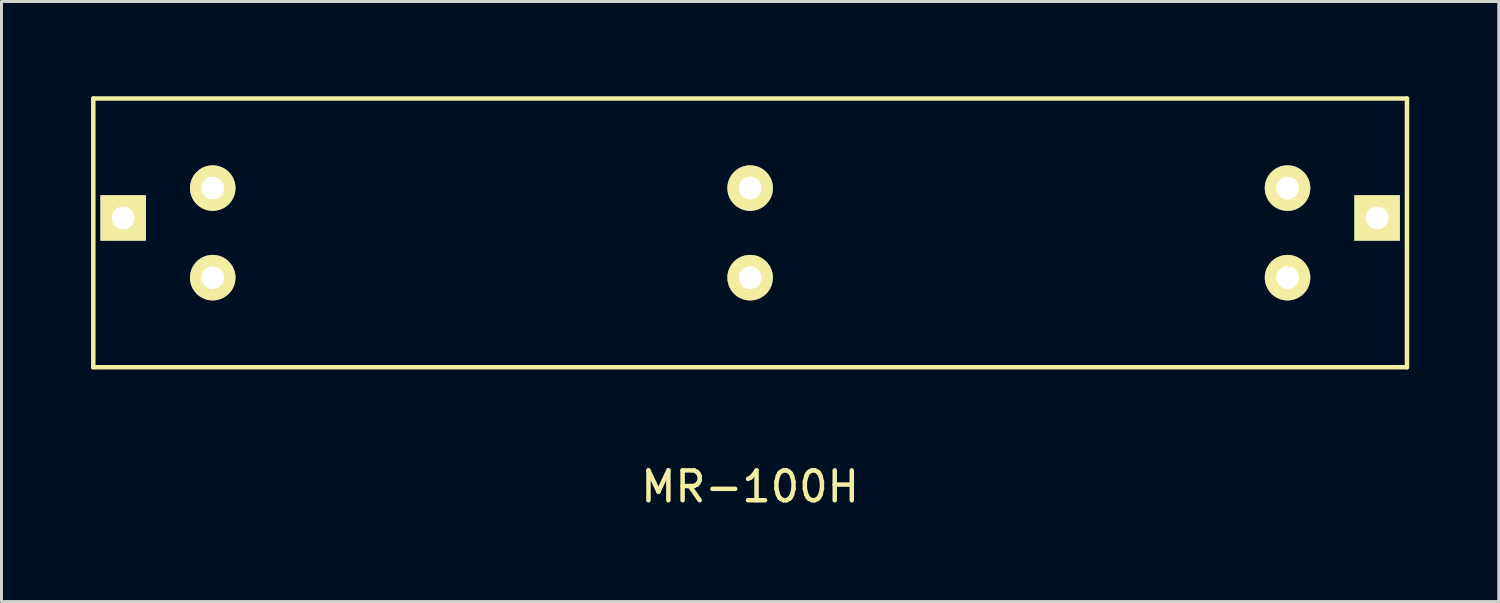
<source format=kicad_pcb>
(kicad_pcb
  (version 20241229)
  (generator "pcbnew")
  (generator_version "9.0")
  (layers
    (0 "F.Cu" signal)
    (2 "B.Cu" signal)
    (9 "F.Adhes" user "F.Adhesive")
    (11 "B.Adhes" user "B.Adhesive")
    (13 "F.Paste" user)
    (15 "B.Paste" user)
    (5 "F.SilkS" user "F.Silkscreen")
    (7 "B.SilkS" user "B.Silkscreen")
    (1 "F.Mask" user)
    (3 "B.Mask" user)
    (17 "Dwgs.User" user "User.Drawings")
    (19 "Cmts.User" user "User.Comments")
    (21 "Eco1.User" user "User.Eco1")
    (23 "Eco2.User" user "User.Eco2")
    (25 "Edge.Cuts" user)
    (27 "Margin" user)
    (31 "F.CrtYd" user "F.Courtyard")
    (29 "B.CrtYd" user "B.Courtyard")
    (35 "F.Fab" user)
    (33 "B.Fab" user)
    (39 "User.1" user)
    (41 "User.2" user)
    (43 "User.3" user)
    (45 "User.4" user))
  (footprint "MR-100H"
    (layer "F.Cu")
    (at 22.075 0.25)
    (property "Reference" "MR-100H" (at 0 13 0) (layer "F.SilkS") (effects (font (size 1 1) (thickness 0.15))))
    (attr through_hole)
    (fp_line (start -22 0) (end -22 9) (stroke (width 0.15) (type solid)) (layer "F.SilkS"))
    (fp_line (start -22 9) (end 22 9) (stroke (width 0.15) (type solid)) (layer "F.SilkS"))
    (fp_line (start 22 0) (end -22 0) (stroke (width 0.15) (type solid)) (layer "F.SilkS"))
    (fp_line (start 22 9) (end 22 0) (stroke (width 0.15) (type solid)) (layer "F.SilkS"))
    (pad "" np_thru_hole rect (at -21 4) (size 1.524 1.524) (drill 0.762) (layers "*.Cu" "*.Mask" "F.SilkS"))
    (pad "" np_thru_hole rect (at 21 4) (size 1.524 1.524) (drill 0.762) (layers "*.Cu" "*.Mask" "F.SilkS"))
    (pad "1" thru_hole circle (at 18 3) (size 1.524 1.524) (drill 0.762) (layers "*.Cu" "*.Mask" "F.SilkS"))
    (pad "2" thru_hole circle (at 18 6) (size 1.524 1.524) (drill 0.762) (layers "*.Cu" "*.Mask" "F.SilkS"))
    (pad "3" thru_hole circle (at 0 3) (size 1.524 1.524) (drill 0.762) (layers "*.Cu" "*.Mask" "F.SilkS"))
    (pad "4" thru_hole circle (at 0 6) (size 1.524 1.524) (drill 0.762) (layers "*.Cu" "*.Mask" "F.SilkS"))
    (pad "5" thru_hole circle (at -18 3) (size 1.524 1.524) (drill 0.762) (layers "*.Cu" "*.Mask" "F.SilkS"))
    (pad "6" thru_hole circle (at -18 6) (size 1.524 1.524) (drill 0.762) (layers "*.Cu" "*.Mask" "F.SilkS")))
  (gr_rect
    (start -3 -3)
    (end 47.15 17.098)
    (stroke (width 0.1) (type default))
    (fill no)
    (layer "Edge.Cuts")))
</source>
